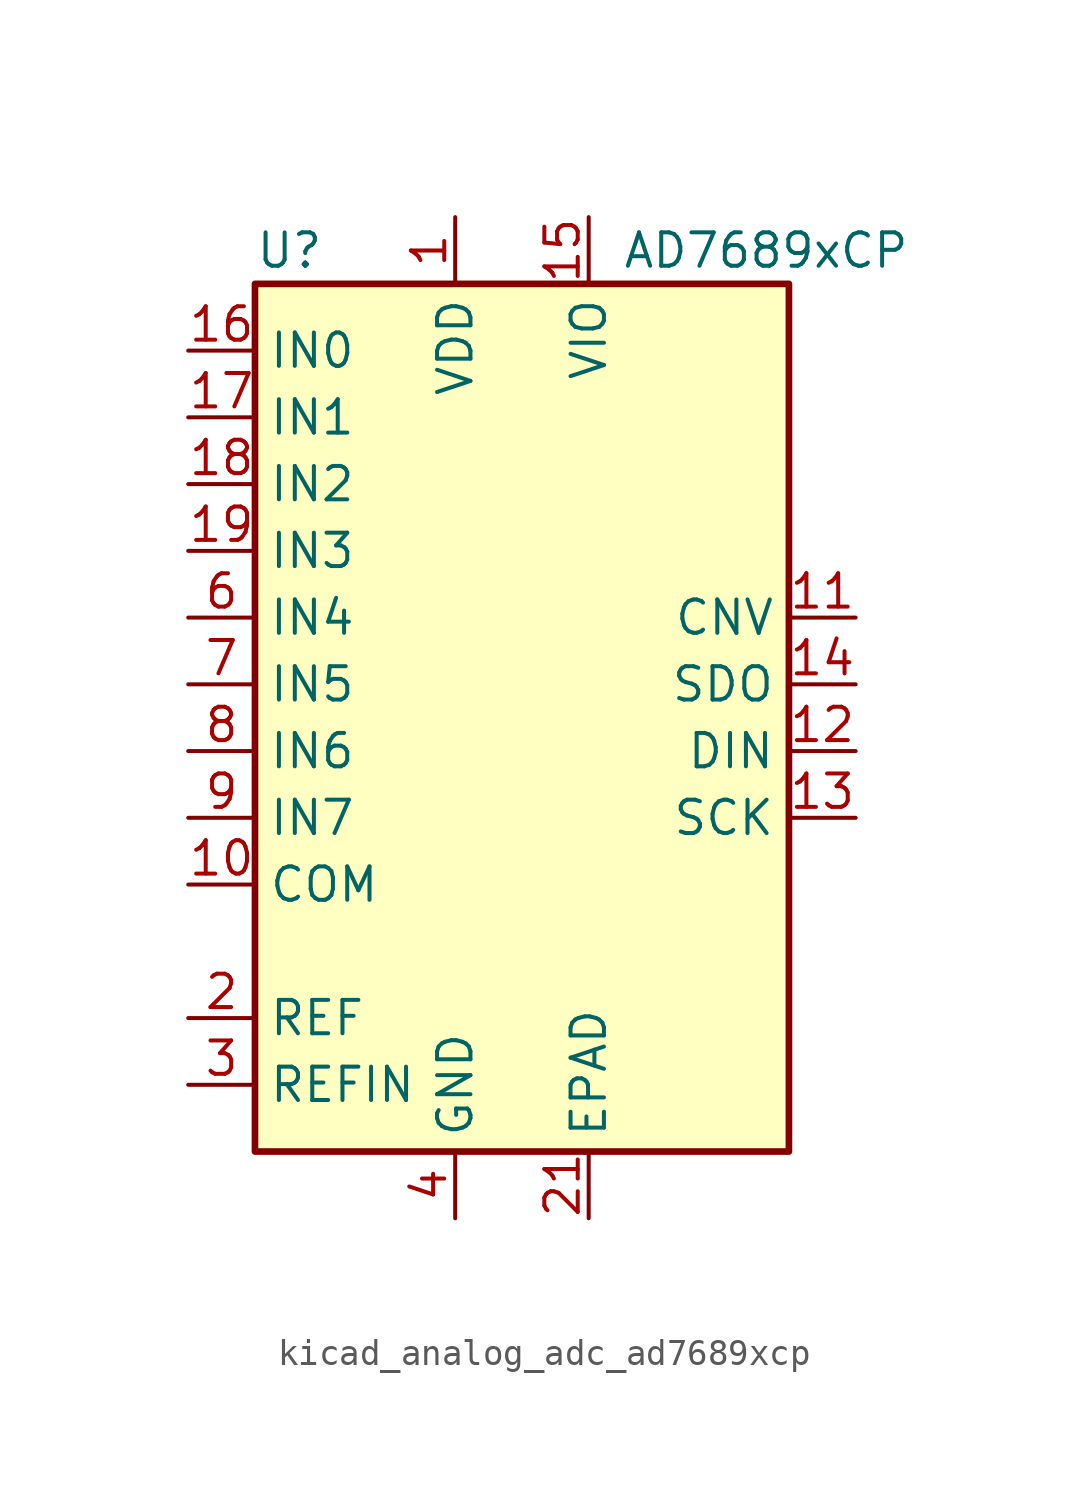
<source format=kicad_sym>
(kicad_symbol_lib
  (version 20220914)
  (generator kicad_symbol_editor)
  (symbol "kicad_analog_adc_ad7689xcp"
    (property "Reference" "U"
      (at -10.16 16.51 0)
      (effects (font (size 1.27 1.27)) (justify left)))
    (property "Value" "AD7689xCP"
      (at 3.81 16.51 0)
      (effects (font (size 1.27 1.27)) (justify left)))
    (symbol "kicad_analog_adc_ad7689xcp_0_1"
      (rectangle (start -10.16 15.24) (end 10.16 -17.78) (stroke (width 0.254) (type default)) (fill (type background))))
    (symbol "kicad_analog_adc_ad7689xcp_1_1"
      (pin power_in line (at -2.54 17.78 270) (length 2.54) (name "VDD" (effects (font (size 1.27 1.27)))) (number "1" (effects (font (size 1.27 1.27)))))
      (pin input line (at -12.7 -7.62 0) (length 2.54) (name "COM" (effects (font (size 1.27 1.27)))) (number "10" (effects (font (size 1.27 1.27)))))
      (pin input line (at 12.7 2.54 180) (length 2.54) (name "CNV" (effects (font (size 1.27 1.27)))) (number "11" (effects (font (size 1.27 1.27)))))
      (pin input line (at 12.7 -2.54 180) (length 2.54) (name "DIN" (effects (font (size 1.27 1.27)))) (number "12" (effects (font (size 1.27 1.27)))))
      (pin input line (at 12.7 -5.08 180) (length 2.54) (name "SCK" (effects (font (size 1.27 1.27)))) (number "13" (effects (font (size 1.27 1.27)))))
      (pin output line (at 12.7 0 180) (length 2.54) (name "SDO" (effects (font (size 1.27 1.27)))) (number "14" (effects (font (size 1.27 1.27)))))
      (pin power_in line (at 2.54 17.78 270) (length 2.54) (name "VIO" (effects (font (size 1.27 1.27)))) (number "15" (effects (font (size 1.27 1.27)))))
      (pin input line (at -12.7 12.7 0) (length 2.54) (name "IN0" (effects (font (size 1.27 1.27)))) (number "16" (effects (font (size 1.27 1.27)))))
      (pin input line (at -12.7 10.16 0) (length 2.54) (name "IN1" (effects (font (size 1.27 1.27)))) (number "17" (effects (font (size 1.27 1.27)))))
      (pin input line (at -12.7 7.62 0) (length 2.54) (name "IN2" (effects (font (size 1.27 1.27)))) (number "18" (effects (font (size 1.27 1.27)))))
      (pin input line (at -12.7 5.08 0) (length 2.54) (name "IN3" (effects (font (size 1.27 1.27)))) (number "19" (effects (font (size 1.27 1.27)))))
      (pin passive line (at -12.7 -12.7 0) (length 2.54) (name "REF" (effects (font (size 1.27 1.27)))) (number "2" (effects (font (size 1.27 1.27)))))
      (pin passive line (at -2.54 17.78 270) (length 2.54) hide (name "VDD" (effects (font (size 1.27 1.27)))) (number "20" (effects (font (size 1.27 1.27)))))
      (pin power_in line (at 2.54 -20.32 90) (length 2.54) (name "EPAD" (effects (font (size 1.27 1.27)))) (number "21" (effects (font (size 1.27 1.27)))))
      (pin passive line (at -12.7 -15.24 0) (length 2.54) (name "REFIN" (effects (font (size 1.27 1.27)))) (number "3" (effects (font (size 1.27 1.27)))))
      (pin power_in line (at -2.54 -20.32 90) (length 2.54) (name "GND" (effects (font (size 1.27 1.27)))) (number "4" (effects (font (size 1.27 1.27)))))
      (pin passive line (at -2.54 -20.32 90) (length 2.54) hide (name "GND" (effects (font (size 1.27 1.27)))) (number "5" (effects (font (size 1.27 1.27)))))
      (pin input line (at -12.7 2.54 0) (length 2.54) (name "IN4" (effects (font (size 1.27 1.27)))) (number "6" (effects (font (size 1.27 1.27)))))
      (pin input line (at -12.7 0 0) (length 2.54) (name "IN5" (effects (font (size 1.27 1.27)))) (number "7" (effects (font (size 1.27 1.27)))))
      (pin input line (at -12.7 -2.54 0) (length 2.54) (name "IN6" (effects (font (size 1.27 1.27)))) (number "8" (effects (font (size 1.27 1.27)))))
      (pin input line (at -12.7 -5.08 0) (length 2.54) (name "IN7" (effects (font (size 1.27 1.27)))) (number "9" (effects (font (size 1.27 1.27))))))))
</source>
